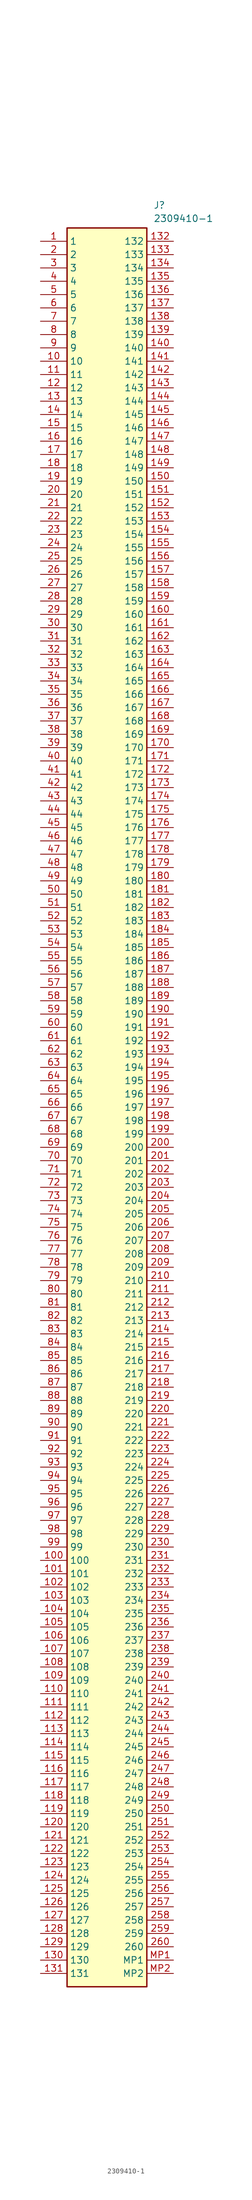
<source format=kicad_sym>
(kicad_symbol_lib
  (version 20220914)
  (generator kicad_symbol_editor)
  (symbol "2309410-1"
    (property "Reference" "J"
      (at 21.59 7.62 0)
      (effects (font (size 1.27 1.27)) (justify left top)))
    (property "Value" "2309410-1"
      (at 21.59 5.08 0)
      (effects (font (size 1.27 1.27)) (justify left top)))
    (symbol "2309410-1_1_1"
      (rectangle (start 5.08 2.54) (end 20.32 -332.74) (stroke (width 0.254) (type default)) (fill (type background)))
      (pin passive line (at 0 0 0) (length 5.08) (name "1" (effects (font (size 1.27 1.27)))) (number "1" (effects (font (size 1.27 1.27)))))
      (pin passive line (at 0 -22.86 0) (length 5.08) (name "10" (effects (font (size 1.27 1.27)))) (number "10" (effects (font (size 1.27 1.27)))))
      (pin passive line (at 0 -251.46 0) (length 5.08) (name "100" (effects (font (size 1.27 1.27)))) (number "100" (effects (font (size 1.27 1.27)))))
      (pin passive line (at 0 -254 0) (length 5.08) (name "101" (effects (font (size 1.27 1.27)))) (number "101" (effects (font (size 1.27 1.27)))))
      (pin passive line (at 0 -256.54 0) (length 5.08) (name "102" (effects (font (size 1.27 1.27)))) (number "102" (effects (font (size 1.27 1.27)))))
      (pin passive line (at 0 -259.08 0) (length 5.08) (name "103" (effects (font (size 1.27 1.27)))) (number "103" (effects (font (size 1.27 1.27)))))
      (pin passive line (at 0 -261.62 0) (length 5.08) (name "104" (effects (font (size 1.27 1.27)))) (number "104" (effects (font (size 1.27 1.27)))))
      (pin passive line (at 0 -264.16 0) (length 5.08) (name "105" (effects (font (size 1.27 1.27)))) (number "105" (effects (font (size 1.27 1.27)))))
      (pin passive line (at 0 -266.7 0) (length 5.08) (name "106" (effects (font (size 1.27 1.27)))) (number "106" (effects (font (size 1.27 1.27)))))
      (pin passive line (at 0 -269.24 0) (length 5.08) (name "107" (effects (font (size 1.27 1.27)))) (number "107" (effects (font (size 1.27 1.27)))))
      (pin passive line (at 0 -271.78 0) (length 5.08) (name "108" (effects (font (size 1.27 1.27)))) (number "108" (effects (font (size 1.27 1.27)))))
      (pin passive line (at 0 -274.32 0) (length 5.08) (name "109" (effects (font (size 1.27 1.27)))) (number "109" (effects (font (size 1.27 1.27)))))
      (pin passive line (at 0 -25.4 0) (length 5.08) (name "11" (effects (font (size 1.27 1.27)))) (number "11" (effects (font (size 1.27 1.27)))))
      (pin passive line (at 0 -276.86 0) (length 5.08) (name "110" (effects (font (size 1.27 1.27)))) (number "110" (effects (font (size 1.27 1.27)))))
      (pin passive line (at 0 -279.4 0) (length 5.08) (name "111" (effects (font (size 1.27 1.27)))) (number "111" (effects (font (size 1.27 1.27)))))
      (pin passive line (at 0 -281.94 0) (length 5.08) (name "112" (effects (font (size 1.27 1.27)))) (number "112" (effects (font (size 1.27 1.27)))))
      (pin passive line (at 0 -284.48 0) (length 5.08) (name "113" (effects (font (size 1.27 1.27)))) (number "113" (effects (font (size 1.27 1.27)))))
      (pin passive line (at 0 -287.02 0) (length 5.08) (name "114" (effects (font (size 1.27 1.27)))) (number "114" (effects (font (size 1.27 1.27)))))
      (pin passive line (at 0 -289.56 0) (length 5.08) (name "115" (effects (font (size 1.27 1.27)))) (number "115" (effects (font (size 1.27 1.27)))))
      (pin passive line (at 0 -292.1 0) (length 5.08) (name "116" (effects (font (size 1.27 1.27)))) (number "116" (effects (font (size 1.27 1.27)))))
      (pin passive line (at 0 -294.64 0) (length 5.08) (name "117" (effects (font (size 1.27 1.27)))) (number "117" (effects (font (size 1.27 1.27)))))
      (pin passive line (at 0 -297.18 0) (length 5.08) (name "118" (effects (font (size 1.27 1.27)))) (number "118" (effects (font (size 1.27 1.27)))))
      (pin passive line (at 0 -299.72 0) (length 5.08) (name "119" (effects (font (size 1.27 1.27)))) (number "119" (effects (font (size 1.27 1.27)))))
      (pin passive line (at 0 -27.94 0) (length 5.08) (name "12" (effects (font (size 1.27 1.27)))) (number "12" (effects (font (size 1.27 1.27)))))
      (pin passive line (at 0 -302.26 0) (length 5.08) (name "120" (effects (font (size 1.27 1.27)))) (number "120" (effects (font (size 1.27 1.27)))))
      (pin passive line (at 0 -304.8 0) (length 5.08) (name "121" (effects (font (size 1.27 1.27)))) (number "121" (effects (font (size 1.27 1.27)))))
      (pin passive line (at 0 -307.34 0) (length 5.08) (name "122" (effects (font (size 1.27 1.27)))) (number "122" (effects (font (size 1.27 1.27)))))
      (pin passive line (at 0 -309.88 0) (length 5.08) (name "123" (effects (font (size 1.27 1.27)))) (number "123" (effects (font (size 1.27 1.27)))))
      (pin passive line (at 0 -312.42 0) (length 5.08) (name "124" (effects (font (size 1.27 1.27)))) (number "124" (effects (font (size 1.27 1.27)))))
      (pin passive line (at 0 -314.96 0) (length 5.08) (name "125" (effects (font (size 1.27 1.27)))) (number "125" (effects (font (size 1.27 1.27)))))
      (pin passive line (at 0 -317.5 0) (length 5.08) (name "126" (effects (font (size 1.27 1.27)))) (number "126" (effects (font (size 1.27 1.27)))))
      (pin passive line (at 0 -320.04 0) (length 5.08) (name "127" (effects (font (size 1.27 1.27)))) (number "127" (effects (font (size 1.27 1.27)))))
      (pin passive line (at 0 -322.58 0) (length 5.08) (name "128" (effects (font (size 1.27 1.27)))) (number "128" (effects (font (size 1.27 1.27)))))
      (pin passive line (at 0 -325.12 0) (length 5.08) (name "129" (effects (font (size 1.27 1.27)))) (number "129" (effects (font (size 1.27 1.27)))))
      (pin passive line (at 0 -30.48 0) (length 5.08) (name "13" (effects (font (size 1.27 1.27)))) (number "13" (effects (font (size 1.27 1.27)))))
      (pin passive line (at 0 -327.66 0) (length 5.08) (name "130" (effects (font (size 1.27 1.27)))) (number "130" (effects (font (size 1.27 1.27)))))
      (pin passive line (at 0 -330.2 0) (length 5.08) (name "131" (effects (font (size 1.27 1.27)))) (number "131" (effects (font (size 1.27 1.27)))))
      (pin passive line (at 25.4 0 180) (length 5.08) (name "132" (effects (font (size 1.27 1.27)))) (number "132" (effects (font (size 1.27 1.27)))))
      (pin passive line (at 25.4 -2.54 180) (length 5.08) (name "133" (effects (font (size 1.27 1.27)))) (number "133" (effects (font (size 1.27 1.27)))))
      (pin passive line (at 25.4 -5.08 180) (length 5.08) (name "134" (effects (font (size 1.27 1.27)))) (number "134" (effects (font (size 1.27 1.27)))))
      (pin passive line (at 25.4 -7.62 180) (length 5.08) (name "135" (effects (font (size 1.27 1.27)))) (number "135" (effects (font (size 1.27 1.27)))))
      (pin passive line (at 25.4 -10.16 180) (length 5.08) (name "136" (effects (font (size 1.27 1.27)))) (number "136" (effects (font (size 1.27 1.27)))))
      (pin passive line (at 25.4 -12.7 180) (length 5.08) (name "137" (effects (font (size 1.27 1.27)))) (number "137" (effects (font (size 1.27 1.27)))))
      (pin passive line (at 25.4 -15.24 180) (length 5.08) (name "138" (effects (font (size 1.27 1.27)))) (number "138" (effects (font (size 1.27 1.27)))))
      (pin passive line (at 25.4 -17.78 180) (length 5.08) (name "139" (effects (font (size 1.27 1.27)))) (number "139" (effects (font (size 1.27 1.27)))))
      (pin passive line (at 0 -33.02 0) (length 5.08) (name "14" (effects (font (size 1.27 1.27)))) (number "14" (effects (font (size 1.27 1.27)))))
      (pin passive line (at 25.4 -20.32 180) (length 5.08) (name "140" (effects (font (size 1.27 1.27)))) (number "140" (effects (font (size 1.27 1.27)))))
      (pin passive line (at 25.4 -22.86 180) (length 5.08) (name "141" (effects (font (size 1.27 1.27)))) (number "141" (effects (font (size 1.27 1.27)))))
      (pin passive line (at 25.4 -25.4 180) (length 5.08) (name "142" (effects (font (size 1.27 1.27)))) (number "142" (effects (font (size 1.27 1.27)))))
      (pin passive line (at 25.4 -27.94 180) (length 5.08) (name "143" (effects (font (size 1.27 1.27)))) (number "143" (effects (font (size 1.27 1.27)))))
      (pin passive line (at 25.4 -30.48 180) (length 5.08) (name "144" (effects (font (size 1.27 1.27)))) (number "144" (effects (font (size 1.27 1.27)))))
      (pin passive line (at 25.4 -33.02 180) (length 5.08) (name "145" (effects (font (size 1.27 1.27)))) (number "145" (effects (font (size 1.27 1.27)))))
      (pin passive line (at 25.4 -35.56 180) (length 5.08) (name "146" (effects (font (size 1.27 1.27)))) (number "146" (effects (font (size 1.27 1.27)))))
      (pin passive line (at 25.4 -38.1 180) (length 5.08) (name "147" (effects (font (size 1.27 1.27)))) (number "147" (effects (font (size 1.27 1.27)))))
      (pin passive line (at 25.4 -40.64 180) (length 5.08) (name "148" (effects (font (size 1.27 1.27)))) (number "148" (effects (font (size 1.27 1.27)))))
      (pin passive line (at 25.4 -43.18 180) (length 5.08) (name "149" (effects (font (size 1.27 1.27)))) (number "149" (effects (font (size 1.27 1.27)))))
      (pin passive line (at 0 -35.56 0) (length 5.08) (name "15" (effects (font (size 1.27 1.27)))) (number "15" (effects (font (size 1.27 1.27)))))
      (pin passive line (at 25.4 -45.72 180) (length 5.08) (name "150" (effects (font (size 1.27 1.27)))) (number "150" (effects (font (size 1.27 1.27)))))
      (pin passive line (at 25.4 -48.26 180) (length 5.08) (name "151" (effects (font (size 1.27 1.27)))) (number "151" (effects (font (size 1.27 1.27)))))
      (pin passive line (at 25.4 -50.8 180) (length 5.08) (name "152" (effects (font (size 1.27 1.27)))) (number "152" (effects (font (size 1.27 1.27)))))
      (pin passive line (at 25.4 -53.34 180) (length 5.08) (name "153" (effects (font (size 1.27 1.27)))) (number "153" (effects (font (size 1.27 1.27)))))
      (pin passive line (at 25.4 -55.88 180) (length 5.08) (name "154" (effects (font (size 1.27 1.27)))) (number "154" (effects (font (size 1.27 1.27)))))
      (pin passive line (at 25.4 -58.42 180) (length 5.08) (name "155" (effects (font (size 1.27 1.27)))) (number "155" (effects (font (size 1.27 1.27)))))
      (pin passive line (at 25.4 -60.96 180) (length 5.08) (name "156" (effects (font (size 1.27 1.27)))) (number "156" (effects (font (size 1.27 1.27)))))
      (pin passive line (at 25.4 -63.5 180) (length 5.08) (name "157" (effects (font (size 1.27 1.27)))) (number "157" (effects (font (size 1.27 1.27)))))
      (pin passive line (at 25.4 -66.04 180) (length 5.08) (name "158" (effects (font (size 1.27 1.27)))) (number "158" (effects (font (size 1.27 1.27)))))
      (pin passive line (at 25.4 -68.58 180) (length 5.08) (name "159" (effects (font (size 1.27 1.27)))) (number "159" (effects (font (size 1.27 1.27)))))
      (pin passive line (at 0 -38.1 0) (length 5.08) (name "16" (effects (font (size 1.27 1.27)))) (number "16" (effects (font (size 1.27 1.27)))))
      (pin passive line (at 25.4 -71.12 180) (length 5.08) (name "160" (effects (font (size 1.27 1.27)))) (number "160" (effects (font (size 1.27 1.27)))))
      (pin passive line (at 25.4 -73.66 180) (length 5.08) (name "161" (effects (font (size 1.27 1.27)))) (number "161" (effects (font (size 1.27 1.27)))))
      (pin passive line (at 25.4 -76.2 180) (length 5.08) (name "162" (effects (font (size 1.27 1.27)))) (number "162" (effects (font (size 1.27 1.27)))))
      (pin passive line (at 25.4 -78.74 180) (length 5.08) (name "163" (effects (font (size 1.27 1.27)))) (number "163" (effects (font (size 1.27 1.27)))))
      (pin passive line (at 25.4 -81.28 180) (length 5.08) (name "164" (effects (font (size 1.27 1.27)))) (number "164" (effects (font (size 1.27 1.27)))))
      (pin passive line (at 25.4 -83.82 180) (length 5.08) (name "165" (effects (font (size 1.27 1.27)))) (number "165" (effects (font (size 1.27 1.27)))))
      (pin passive line (at 25.4 -86.36 180) (length 5.08) (name "166" (effects (font (size 1.27 1.27)))) (number "166" (effects (font (size 1.27 1.27)))))
      (pin passive line (at 25.4 -88.9 180) (length 5.08) (name "167" (effects (font (size 1.27 1.27)))) (number "167" (effects (font (size 1.27 1.27)))))
      (pin passive line (at 25.4 -91.44 180) (length 5.08) (name "168" (effects (font (size 1.27 1.27)))) (number "168" (effects (font (size 1.27 1.27)))))
      (pin passive line (at 25.4 -93.98 180) (length 5.08) (name "169" (effects (font (size 1.27 1.27)))) (number "169" (effects (font (size 1.27 1.27)))))
      (pin passive line (at 0 -40.64 0) (length 5.08) (name "17" (effects (font (size 1.27 1.27)))) (number "17" (effects (font (size 1.27 1.27)))))
      (pin passive line (at 25.4 -96.52 180) (length 5.08) (name "170" (effects (font (size 1.27 1.27)))) (number "170" (effects (font (size 1.27 1.27)))))
      (pin passive line (at 25.4 -99.06 180) (length 5.08) (name "171" (effects (font (size 1.27 1.27)))) (number "171" (effects (font (size 1.27 1.27)))))
      (pin passive line (at 25.4 -101.6 180) (length 5.08) (name "172" (effects (font (size 1.27 1.27)))) (number "172" (effects (font (size 1.27 1.27)))))
      (pin passive line (at 25.4 -104.14 180) (length 5.08) (name "173" (effects (font (size 1.27 1.27)))) (number "173" (effects (font (size 1.27 1.27)))))
      (pin passive line (at 25.4 -106.68 180) (length 5.08) (name "174" (effects (font (size 1.27 1.27)))) (number "174" (effects (font (size 1.27 1.27)))))
      (pin passive line (at 25.4 -109.22 180) (length 5.08) (name "175" (effects (font (size 1.27 1.27)))) (number "175" (effects (font (size 1.27 1.27)))))
      (pin passive line (at 25.4 -111.76 180) (length 5.08) (name "176" (effects (font (size 1.27 1.27)))) (number "176" (effects (font (size 1.27 1.27)))))
      (pin passive line (at 25.4 -114.3 180) (length 5.08) (name "177" (effects (font (size 1.27 1.27)))) (number "177" (effects (font (size 1.27 1.27)))))
      (pin passive line (at 25.4 -116.84 180) (length 5.08) (name "178" (effects (font (size 1.27 1.27)))) (number "178" (effects (font (size 1.27 1.27)))))
      (pin passive line (at 25.4 -119.38 180) (length 5.08) (name "179" (effects (font (size 1.27 1.27)))) (number "179" (effects (font (size 1.27 1.27)))))
      (pin passive line (at 0 -43.18 0) (length 5.08) (name "18" (effects (font (size 1.27 1.27)))) (number "18" (effects (font (size 1.27 1.27)))))
      (pin passive line (at 25.4 -121.92 180) (length 5.08) (name "180" (effects (font (size 1.27 1.27)))) (number "180" (effects (font (size 1.27 1.27)))))
      (pin passive line (at 25.4 -124.46 180) (length 5.08) (name "181" (effects (font (size 1.27 1.27)))) (number "181" (effects (font (size 1.27 1.27)))))
      (pin passive line (at 25.4 -127 180) (length 5.08) (name "182" (effects (font (size 1.27 1.27)))) (number "182" (effects (font (size 1.27 1.27)))))
      (pin passive line (at 25.4 -129.54 180) (length 5.08) (name "183" (effects (font (size 1.27 1.27)))) (number "183" (effects (font (size 1.27 1.27)))))
      (pin passive line (at 25.4 -132.08 180) (length 5.08) (name "184" (effects (font (size 1.27 1.27)))) (number "184" (effects (font (size 1.27 1.27)))))
      (pin passive line (at 25.4 -134.62 180) (length 5.08) (name "185" (effects (font (size 1.27 1.27)))) (number "185" (effects (font (size 1.27 1.27)))))
      (pin passive line (at 25.4 -137.16 180) (length 5.08) (name "186" (effects (font (size 1.27 1.27)))) (number "186" (effects (font (size 1.27 1.27)))))
      (pin passive line (at 25.4 -139.7 180) (length 5.08) (name "187" (effects (font (size 1.27 1.27)))) (number "187" (effects (font (size 1.27 1.27)))))
      (pin passive line (at 25.4 -142.24 180) (length 5.08) (name "188" (effects (font (size 1.27 1.27)))) (number "188" (effects (font (size 1.27 1.27)))))
      (pin passive line (at 25.4 -144.78 180) (length 5.08) (name "189" (effects (font (size 1.27 1.27)))) (number "189" (effects (font (size 1.27 1.27)))))
      (pin passive line (at 0 -45.72 0) (length 5.08) (name "19" (effects (font (size 1.27 1.27)))) (number "19" (effects (font (size 1.27 1.27)))))
      (pin passive line (at 25.4 -147.32 180) (length 5.08) (name "190" (effects (font (size 1.27 1.27)))) (number "190" (effects (font (size 1.27 1.27)))))
      (pin passive line (at 25.4 -149.86 180) (length 5.08) (name "191" (effects (font (size 1.27 1.27)))) (number "191" (effects (font (size 1.27 1.27)))))
      (pin passive line (at 25.4 -152.4 180) (length 5.08) (name "192" (effects (font (size 1.27 1.27)))) (number "192" (effects (font (size 1.27 1.27)))))
      (pin passive line (at 25.4 -154.94 180) (length 5.08) (name "193" (effects (font (size 1.27 1.27)))) (number "193" (effects (font (size 1.27 1.27)))))
      (pin passive line (at 25.4 -157.48 180) (length 5.08) (name "194" (effects (font (size 1.27 1.27)))) (number "194" (effects (font (size 1.27 1.27)))))
      (pin passive line (at 25.4 -160.02 180) (length 5.08) (name "195" (effects (font (size 1.27 1.27)))) (number "195" (effects (font (size 1.27 1.27)))))
      (pin passive line (at 25.4 -162.56 180) (length 5.08) (name "196" (effects (font (size 1.27 1.27)))) (number "196" (effects (font (size 1.27 1.27)))))
      (pin passive line (at 25.4 -165.1 180) (length 5.08) (name "197" (effects (font (size 1.27 1.27)))) (number "197" (effects (font (size 1.27 1.27)))))
      (pin passive line (at 25.4 -167.64 180) (length 5.08) (name "198" (effects (font (size 1.27 1.27)))) (number "198" (effects (font (size 1.27 1.27)))))
      (pin passive line (at 25.4 -170.18 180) (length 5.08) (name "199" (effects (font (size 1.27 1.27)))) (number "199" (effects (font (size 1.27 1.27)))))
      (pin passive line (at 0 -2.54 0) (length 5.08) (name "2" (effects (font (size 1.27 1.27)))) (number "2" (effects (font (size 1.27 1.27)))))
      (pin passive line (at 0 -48.26 0) (length 5.08) (name "20" (effects (font (size 1.27 1.27)))) (number "20" (effects (font (size 1.27 1.27)))))
      (pin passive line (at 25.4 -172.72 180) (length 5.08) (name "200" (effects (font (size 1.27 1.27)))) (number "200" (effects (font (size 1.27 1.27)))))
      (pin passive line (at 25.4 -175.26 180) (length 5.08) (name "201" (effects (font (size 1.27 1.27)))) (number "201" (effects (font (size 1.27 1.27)))))
      (pin passive line (at 25.4 -177.8 180) (length 5.08) (name "202" (effects (font (size 1.27 1.27)))) (number "202" (effects (font (size 1.27 1.27)))))
      (pin passive line (at 25.4 -180.34 180) (length 5.08) (name "203" (effects (font (size 1.27 1.27)))) (number "203" (effects (font (size 1.27 1.27)))))
      (pin passive line (at 25.4 -182.88 180) (length 5.08) (name "204" (effects (font (size 1.27 1.27)))) (number "204" (effects (font (size 1.27 1.27)))))
      (pin passive line (at 25.4 -185.42 180) (length 5.08) (name "205" (effects (font (size 1.27 1.27)))) (number "205" (effects (font (size 1.27 1.27)))))
      (pin passive line (at 25.4 -187.96 180) (length 5.08) (name "206" (effects (font (size 1.27 1.27)))) (number "206" (effects (font (size 1.27 1.27)))))
      (pin passive line (at 25.4 -190.5 180) (length 5.08) (name "207" (effects (font (size 1.27 1.27)))) (number "207" (effects (font (size 1.27 1.27)))))
      (pin passive line (at 25.4 -193.04 180) (length 5.08) (name "208" (effects (font (size 1.27 1.27)))) (number "208" (effects (font (size 1.27 1.27)))))
      (pin passive line (at 25.4 -195.58 180) (length 5.08) (name "209" (effects (font (size 1.27 1.27)))) (number "209" (effects (font (size 1.27 1.27)))))
      (pin passive line (at 0 -50.8 0) (length 5.08) (name "21" (effects (font (size 1.27 1.27)))) (number "21" (effects (font (size 1.27 1.27)))))
      (pin passive line (at 25.4 -198.12 180) (length 5.08) (name "210" (effects (font (size 1.27 1.27)))) (number "210" (effects (font (size 1.27 1.27)))))
      (pin passive line (at 25.4 -200.66 180) (length 5.08) (name "211" (effects (font (size 1.27 1.27)))) (number "211" (effects (font (size 1.27 1.27)))))
      (pin passive line (at 25.4 -203.2 180) (length 5.08) (name "212" (effects (font (size 1.27 1.27)))) (number "212" (effects (font (size 1.27 1.27)))))
      (pin passive line (at 25.4 -205.74 180) (length 5.08) (name "213" (effects (font (size 1.27 1.27)))) (number "213" (effects (font (size 1.27 1.27)))))
      (pin passive line (at 25.4 -208.28 180) (length 5.08) (name "214" (effects (font (size 1.27 1.27)))) (number "214" (effects (font (size 1.27 1.27)))))
      (pin passive line (at 25.4 -210.82 180) (length 5.08) (name "215" (effects (font (size 1.27 1.27)))) (number "215" (effects (font (size 1.27 1.27)))))
      (pin passive line (at 25.4 -213.36 180) (length 5.08) (name "216" (effects (font (size 1.27 1.27)))) (number "216" (effects (font (size 1.27 1.27)))))
      (pin passive line (at 25.4 -215.9 180) (length 5.08) (name "217" (effects (font (size 1.27 1.27)))) (number "217" (effects (font (size 1.27 1.27)))))
      (pin passive line (at 25.4 -218.44 180) (length 5.08) (name "218" (effects (font (size 1.27 1.27)))) (number "218" (effects (font (size 1.27 1.27)))))
      (pin passive line (at 25.4 -220.98 180) (length 5.08) (name "219" (effects (font (size 1.27 1.27)))) (number "219" (effects (font (size 1.27 1.27)))))
      (pin passive line (at 0 -53.34 0) (length 5.08) (name "22" (effects (font (size 1.27 1.27)))) (number "22" (effects (font (size 1.27 1.27)))))
      (pin passive line (at 25.4 -223.52 180) (length 5.08) (name "220" (effects (font (size 1.27 1.27)))) (number "220" (effects (font (size 1.27 1.27)))))
      (pin passive line (at 25.4 -226.06 180) (length 5.08) (name "221" (effects (font (size 1.27 1.27)))) (number "221" (effects (font (size 1.27 1.27)))))
      (pin passive line (at 25.4 -228.6 180) (length 5.08) (name "222" (effects (font (size 1.27 1.27)))) (number "222" (effects (font (size 1.27 1.27)))))
      (pin passive line (at 25.4 -231.14 180) (length 5.08) (name "223" (effects (font (size 1.27 1.27)))) (number "223" (effects (font (size 1.27 1.27)))))
      (pin passive line (at 25.4 -233.68 180) (length 5.08) (name "224" (effects (font (size 1.27 1.27)))) (number "224" (effects (font (size 1.27 1.27)))))
      (pin passive line (at 25.4 -236.22 180) (length 5.08) (name "225" (effects (font (size 1.27 1.27)))) (number "225" (effects (font (size 1.27 1.27)))))
      (pin passive line (at 25.4 -238.76 180) (length 5.08) (name "226" (effects (font (size 1.27 1.27)))) (number "226" (effects (font (size 1.27 1.27)))))
      (pin passive line (at 25.4 -241.3 180) (length 5.08) (name "227" (effects (font (size 1.27 1.27)))) (number "227" (effects (font (size 1.27 1.27)))))
      (pin passive line (at 25.4 -243.84 180) (length 5.08) (name "228" (effects (font (size 1.27 1.27)))) (number "228" (effects (font (size 1.27 1.27)))))
      (pin passive line (at 25.4 -246.38 180) (length 5.08) (name "229" (effects (font (size 1.27 1.27)))) (number "229" (effects (font (size 1.27 1.27)))))
      (pin passive line (at 0 -55.88 0) (length 5.08) (name "23" (effects (font (size 1.27 1.27)))) (number "23" (effects (font (size 1.27 1.27)))))
      (pin passive line (at 25.4 -248.92 180) (length 5.08) (name "230" (effects (font (size 1.27 1.27)))) (number "230" (effects (font (size 1.27 1.27)))))
      (pin passive line (at 25.4 -251.46 180) (length 5.08) (name "231" (effects (font (size 1.27 1.27)))) (number "231" (effects (font (size 1.27 1.27)))))
      (pin passive line (at 25.4 -254 180) (length 5.08) (name "232" (effects (font (size 1.27 1.27)))) (number "232" (effects (font (size 1.27 1.27)))))
      (pin passive line (at 25.4 -256.54 180) (length 5.08) (name "233" (effects (font (size 1.27 1.27)))) (number "233" (effects (font (size 1.27 1.27)))))
      (pin passive line (at 25.4 -259.08 180) (length 5.08) (name "234" (effects (font (size 1.27 1.27)))) (number "234" (effects (font (size 1.27 1.27)))))
      (pin passive line (at 25.4 -261.62 180) (length 5.08) (name "235" (effects (font (size 1.27 1.27)))) (number "235" (effects (font (size 1.27 1.27)))))
      (pin passive line (at 25.4 -264.16 180) (length 5.08) (name "236" (effects (font (size 1.27 1.27)))) (number "236" (effects (font (size 1.27 1.27)))))
      (pin passive line (at 25.4 -266.7 180) (length 5.08) (name "237" (effects (font (size 1.27 1.27)))) (number "237" (effects (font (size 1.27 1.27)))))
      (pin passive line (at 25.4 -269.24 180) (length 5.08) (name "238" (effects (font (size 1.27 1.27)))) (number "238" (effects (font (size 1.27 1.27)))))
      (pin passive line (at 25.4 -271.78 180) (length 5.08) (name "239" (effects (font (size 1.27 1.27)))) (number "239" (effects (font (size 1.27 1.27)))))
      (pin passive line (at 0 -58.42 0) (length 5.08) (name "24" (effects (font (size 1.27 1.27)))) (number "24" (effects (font (size 1.27 1.27)))))
      (pin passive line (at 25.4 -274.32 180) (length 5.08) (name "240" (effects (font (size 1.27 1.27)))) (number "240" (effects (font (size 1.27 1.27)))))
      (pin passive line (at 25.4 -276.86 180) (length 5.08) (name "241" (effects (font (size 1.27 1.27)))) (number "241" (effects (font (size 1.27 1.27)))))
      (pin passive line (at 25.4 -279.4 180) (length 5.08) (name "242" (effects (font (size 1.27 1.27)))) (number "242" (effects (font (size 1.27 1.27)))))
      (pin passive line (at 25.4 -281.94 180) (length 5.08) (name "243" (effects (font (size 1.27 1.27)))) (number "243" (effects (font (size 1.27 1.27)))))
      (pin passive line (at 25.4 -284.48 180) (length 5.08) (name "244" (effects (font (size 1.27 1.27)))) (number "244" (effects (font (size 1.27 1.27)))))
      (pin passive line (at 25.4 -287.02 180) (length 5.08) (name "245" (effects (font (size 1.27 1.27)))) (number "245" (effects (font (size 1.27 1.27)))))
      (pin passive line (at 25.4 -289.56 180) (length 5.08) (name "246" (effects (font (size 1.27 1.27)))) (number "246" (effects (font (size 1.27 1.27)))))
      (pin passive line (at 25.4 -292.1 180) (length 5.08) (name "247" (effects (font (size 1.27 1.27)))) (number "247" (effects (font (size 1.27 1.27)))))
      (pin passive line (at 25.4 -294.64 180) (length 5.08) (name "248" (effects (font (size 1.27 1.27)))) (number "248" (effects (font (size 1.27 1.27)))))
      (pin passive line (at 25.4 -297.18 180) (length 5.08) (name "249" (effects (font (size 1.27 1.27)))) (number "249" (effects (font (size 1.27 1.27)))))
      (pin passive line (at 0 -60.96 0) (length 5.08) (name "25" (effects (font (size 1.27 1.27)))) (number "25" (effects (font (size 1.27 1.27)))))
      (pin passive line (at 25.4 -299.72 180) (length 5.08) (name "250" (effects (font (size 1.27 1.27)))) (number "250" (effects (font (size 1.27 1.27)))))
      (pin passive line (at 25.4 -302.26 180) (length 5.08) (name "251" (effects (font (size 1.27 1.27)))) (number "251" (effects (font (size 1.27 1.27)))))
      (pin passive line (at 25.4 -304.8 180) (length 5.08) (name "252" (effects (font (size 1.27 1.27)))) (number "252" (effects (font (size 1.27 1.27)))))
      (pin passive line (at 25.4 -307.34 180) (length 5.08) (name "253" (effects (font (size 1.27 1.27)))) (number "253" (effects (font (size 1.27 1.27)))))
      (pin passive line (at 25.4 -309.88 180) (length 5.08) (name "254" (effects (font (size 1.27 1.27)))) (number "254" (effects (font (size 1.27 1.27)))))
      (pin passive line (at 25.4 -312.42 180) (length 5.08) (name "255" (effects (font (size 1.27 1.27)))) (number "255" (effects (font (size 1.27 1.27)))))
      (pin passive line (at 25.4 -314.96 180) (length 5.08) (name "256" (effects (font (size 1.27 1.27)))) (number "256" (effects (font (size 1.27 1.27)))))
      (pin passive line (at 25.4 -317.5 180) (length 5.08) (name "257" (effects (font (size 1.27 1.27)))) (number "257" (effects (font (size 1.27 1.27)))))
      (pin passive line (at 25.4 -320.04 180) (length 5.08) (name "258" (effects (font (size 1.27 1.27)))) (number "258" (effects (font (size 1.27 1.27)))))
      (pin passive line (at 25.4 -322.58 180) (length 5.08) (name "259" (effects (font (size 1.27 1.27)))) (number "259" (effects (font (size 1.27 1.27)))))
      (pin passive line (at 0 -63.5 0) (length 5.08) (name "26" (effects (font (size 1.27 1.27)))) (number "26" (effects (font (size 1.27 1.27)))))
      (pin passive line (at 25.4 -325.12 180) (length 5.08) (name "260" (effects (font (size 1.27 1.27)))) (number "260" (effects (font (size 1.27 1.27)))))
      (pin passive line (at 0 -66.04 0) (length 5.08) (name "27" (effects (font (size 1.27 1.27)))) (number "27" (effects (font (size 1.27 1.27)))))
      (pin passive line (at 0 -68.58 0) (length 5.08) (name "28" (effects (font (size 1.27 1.27)))) (number "28" (effects (font (size 1.27 1.27)))))
      (pin passive line (at 0 -71.12 0) (length 5.08) (name "29" (effects (font (size 1.27 1.27)))) (number "29" (effects (font (size 1.27 1.27)))))
      (pin passive line (at 0 -5.08 0) (length 5.08) (name "3" (effects (font (size 1.27 1.27)))) (number "3" (effects (font (size 1.27 1.27)))))
      (pin passive line (at 0 -73.66 0) (length 5.08) (name "30" (effects (font (size 1.27 1.27)))) (number "30" (effects (font (size 1.27 1.27)))))
      (pin passive line (at 0 -76.2 0) (length 5.08) (name "31" (effects (font (size 1.27 1.27)))) (number "31" (effects (font (size 1.27 1.27)))))
      (pin passive line (at 0 -78.74 0) (length 5.08) (name "32" (effects (font (size 1.27 1.27)))) (number "32" (effects (font (size 1.27 1.27)))))
      (pin passive line (at 0 -81.28 0) (length 5.08) (name "33" (effects (font (size 1.27 1.27)))) (number "33" (effects (font (size 1.27 1.27)))))
      (pin passive line (at 0 -83.82 0) (length 5.08) (name "34" (effects (font (size 1.27 1.27)))) (number "34" (effects (font (size 1.27 1.27)))))
      (pin passive line (at 0 -86.36 0) (length 5.08) (name "35" (effects (font (size 1.27 1.27)))) (number "35" (effects (font (size 1.27 1.27)))))
      (pin passive line (at 0 -88.9 0) (length 5.08) (name "36" (effects (font (size 1.27 1.27)))) (number "36" (effects (font (size 1.27 1.27)))))
      (pin passive line (at 0 -91.44 0) (length 5.08) (name "37" (effects (font (size 1.27 1.27)))) (number "37" (effects (font (size 1.27 1.27)))))
      (pin passive line (at 0 -93.98 0) (length 5.08) (name "38" (effects (font (size 1.27 1.27)))) (number "38" (effects (font (size 1.27 1.27)))))
      (pin passive line (at 0 -96.52 0) (length 5.08) (name "39" (effects (font (size 1.27 1.27)))) (number "39" (effects (font (size 1.27 1.27)))))
      (pin passive line (at 0 -7.62 0) (length 5.08) (name "4" (effects (font (size 1.27 1.27)))) (number "4" (effects (font (size 1.27 1.27)))))
      (pin passive line (at 0 -99.06 0) (length 5.08) (name "40" (effects (font (size 1.27 1.27)))) (number "40" (effects (font (size 1.27 1.27)))))
      (pin passive line (at 0 -101.6 0) (length 5.08) (name "41" (effects (font (size 1.27 1.27)))) (number "41" (effects (font (size 1.27 1.27)))))
      (pin passive line (at 0 -104.14 0) (length 5.08) (name "42" (effects (font (size 1.27 1.27)))) (number "42" (effects (font (size 1.27 1.27)))))
      (pin passive line (at 0 -106.68 0) (length 5.08) (name "43" (effects (font (size 1.27 1.27)))) (number "43" (effects (font (size 1.27 1.27)))))
      (pin passive line (at 0 -109.22 0) (length 5.08) (name "44" (effects (font (size 1.27 1.27)))) (number "44" (effects (font (size 1.27 1.27)))))
      (pin passive line (at 0 -111.76 0) (length 5.08) (name "45" (effects (font (size 1.27 1.27)))) (number "45" (effects (font (size 1.27 1.27)))))
      (pin passive line (at 0 -114.3 0) (length 5.08) (name "46" (effects (font (size 1.27 1.27)))) (number "46" (effects (font (size 1.27 1.27)))))
      (pin passive line (at 0 -116.84 0) (length 5.08) (name "47" (effects (font (size 1.27 1.27)))) (number "47" (effects (font (size 1.27 1.27)))))
      (pin passive line (at 0 -119.38 0) (length 5.08) (name "48" (effects (font (size 1.27 1.27)))) (number "48" (effects (font (size 1.27 1.27)))))
      (pin passive line (at 0 -121.92 0) (length 5.08) (name "49" (effects (font (size 1.27 1.27)))) (number "49" (effects (font (size 1.27 1.27)))))
      (pin passive line (at 0 -10.16 0) (length 5.08) (name "5" (effects (font (size 1.27 1.27)))) (number "5" (effects (font (size 1.27 1.27)))))
      (pin passive line (at 0 -124.46 0) (length 5.08) (name "50" (effects (font (size 1.27 1.27)))) (number "50" (effects (font (size 1.27 1.27)))))
      (pin passive line (at 0 -127 0) (length 5.08) (name "51" (effects (font (size 1.27 1.27)))) (number "51" (effects (font (size 1.27 1.27)))))
      (pin passive line (at 0 -129.54 0) (length 5.08) (name "52" (effects (font (size 1.27 1.27)))) (number "52" (effects (font (size 1.27 1.27)))))
      (pin passive line (at 0 -132.08 0) (length 5.08) (name "53" (effects (font (size 1.27 1.27)))) (number "53" (effects (font (size 1.27 1.27)))))
      (pin passive line (at 0 -134.62 0) (length 5.08) (name "54" (effects (font (size 1.27 1.27)))) (number "54" (effects (font (size 1.27 1.27)))))
      (pin passive line (at 0 -137.16 0) (length 5.08) (name "55" (effects (font (size 1.27 1.27)))) (number "55" (effects (font (size 1.27 1.27)))))
      (pin passive line (at 0 -139.7 0) (length 5.08) (name "56" (effects (font (size 1.27 1.27)))) (number "56" (effects (font (size 1.27 1.27)))))
      (pin passive line (at 0 -142.24 0) (length 5.08) (name "57" (effects (font (size 1.27 1.27)))) (number "57" (effects (font (size 1.27 1.27)))))
      (pin passive line (at 0 -144.78 0) (length 5.08) (name "58" (effects (font (size 1.27 1.27)))) (number "58" (effects (font (size 1.27 1.27)))))
      (pin passive line (at 0 -147.32 0) (length 5.08) (name "59" (effects (font (size 1.27 1.27)))) (number "59" (effects (font (size 1.27 1.27)))))
      (pin passive line (at 0 -12.7 0) (length 5.08) (name "6" (effects (font (size 1.27 1.27)))) (number "6" (effects (font (size 1.27 1.27)))))
      (pin passive line (at 0 -149.86 0) (length 5.08) (name "60" (effects (font (size 1.27 1.27)))) (number "60" (effects (font (size 1.27 1.27)))))
      (pin passive line (at 0 -152.4 0) (length 5.08) (name "61" (effects (font (size 1.27 1.27)))) (number "61" (effects (font (size 1.27 1.27)))))
      (pin passive line (at 0 -154.94 0) (length 5.08) (name "62" (effects (font (size 1.27 1.27)))) (number "62" (effects (font (size 1.27 1.27)))))
      (pin passive line (at 0 -157.48 0) (length 5.08) (name "63" (effects (font (size 1.27 1.27)))) (number "63" (effects (font (size 1.27 1.27)))))
      (pin passive line (at 0 -160.02 0) (length 5.08) (name "64" (effects (font (size 1.27 1.27)))) (number "64" (effects (font (size 1.27 1.27)))))
      (pin passive line (at 0 -162.56 0) (length 5.08) (name "65" (effects (font (size 1.27 1.27)))) (number "65" (effects (font (size 1.27 1.27)))))
      (pin passive line (at 0 -165.1 0) (length 5.08) (name "66" (effects (font (size 1.27 1.27)))) (number "66" (effects (font (size 1.27 1.27)))))
      (pin passive line (at 0 -167.64 0) (length 5.08) (name "67" (effects (font (size 1.27 1.27)))) (number "67" (effects (font (size 1.27 1.27)))))
      (pin passive line (at 0 -170.18 0) (length 5.08) (name "68" (effects (font (size 1.27 1.27)))) (number "68" (effects (font (size 1.27 1.27)))))
      (pin passive line (at 0 -172.72 0) (length 5.08) (name "69" (effects (font (size 1.27 1.27)))) (number "69" (effects (font (size 1.27 1.27)))))
      (pin passive line (at 0 -15.24 0) (length 5.08) (name "7" (effects (font (size 1.27 1.27)))) (number "7" (effects (font (size 1.27 1.27)))))
      (pin passive line (at 0 -175.26 0) (length 5.08) (name "70" (effects (font (size 1.27 1.27)))) (number "70" (effects (font (size 1.27 1.27)))))
      (pin passive line (at 0 -177.8 0) (length 5.08) (name "71" (effects (font (size 1.27 1.27)))) (number "71" (effects (font (size 1.27 1.27)))))
      (pin passive line (at 0 -180.34 0) (length 5.08) (name "72" (effects (font (size 1.27 1.27)))) (number "72" (effects (font (size 1.27 1.27)))))
      (pin passive line (at 0 -182.88 0) (length 5.08) (name "73" (effects (font (size 1.27 1.27)))) (number "73" (effects (font (size 1.27 1.27)))))
      (pin passive line (at 0 -185.42 0) (length 5.08) (name "74" (effects (font (size 1.27 1.27)))) (number "74" (effects (font (size 1.27 1.27)))))
      (pin passive line (at 0 -187.96 0) (length 5.08) (name "75" (effects (font (size 1.27 1.27)))) (number "75" (effects (font (size 1.27 1.27)))))
      (pin passive line (at 0 -190.5 0) (length 5.08) (name "76" (effects (font (size 1.27 1.27)))) (number "76" (effects (font (size 1.27 1.27)))))
      (pin passive line (at 0 -193.04 0) (length 5.08) (name "77" (effects (font (size 1.27 1.27)))) (number "77" (effects (font (size 1.27 1.27)))))
      (pin passive line (at 0 -195.58 0) (length 5.08) (name "78" (effects (font (size 1.27 1.27)))) (number "78" (effects (font (size 1.27 1.27)))))
      (pin passive line (at 0 -198.12 0) (length 5.08) (name "79" (effects (font (size 1.27 1.27)))) (number "79" (effects (font (size 1.27 1.27)))))
      (pin passive line (at 0 -17.78 0) (length 5.08) (name "8" (effects (font (size 1.27 1.27)))) (number "8" (effects (font (size 1.27 1.27)))))
      (pin passive line (at 0 -200.66 0) (length 5.08) (name "80" (effects (font (size 1.27 1.27)))) (number "80" (effects (font (size 1.27 1.27)))))
      (pin passive line (at 0 -203.2 0) (length 5.08) (name "81" (effects (font (size 1.27 1.27)))) (number "81" (effects (font (size 1.27 1.27)))))
      (pin passive line (at 0 -205.74 0) (length 5.08) (name "82" (effects (font (size 1.27 1.27)))) (number "82" (effects (font (size 1.27 1.27)))))
      (pin passive line (at 0 -208.28 0) (length 5.08) (name "83" (effects (font (size 1.27 1.27)))) (number "83" (effects (font (size 1.27 1.27)))))
      (pin passive line (at 0 -210.82 0) (length 5.08) (name "84" (effects (font (size 1.27 1.27)))) (number "84" (effects (font (size 1.27 1.27)))))
      (pin passive line (at 0 -213.36 0) (length 5.08) (name "85" (effects (font (size 1.27 1.27)))) (number "85" (effects (font (size 1.27 1.27)))))
      (pin passive line (at 0 -215.9 0) (length 5.08) (name "86" (effects (font (size 1.27 1.27)))) (number "86" (effects (font (size 1.27 1.27)))))
      (pin passive line (at 0 -218.44 0) (length 5.08) (name "87" (effects (font (size 1.27 1.27)))) (number "87" (effects (font (size 1.27 1.27)))))
      (pin passive line (at 0 -220.98 0) (length 5.08) (name "88" (effects (font (size 1.27 1.27)))) (number "88" (effects (font (size 1.27 1.27)))))
      (pin passive line (at 0 -223.52 0) (length 5.08) (name "89" (effects (font (size 1.27 1.27)))) (number "89" (effects (font (size 1.27 1.27)))))
      (pin passive line (at 0 -20.32 0) (length 5.08) (name "9" (effects (font (size 1.27 1.27)))) (number "9" (effects (font (size 1.27 1.27)))))
      (pin passive line (at 0 -226.06 0) (length 5.08) (name "90" (effects (font (size 1.27 1.27)))) (number "90" (effects (font (size 1.27 1.27)))))
      (pin passive line (at 0 -228.6 0) (length 5.08) (name "91" (effects (font (size 1.27 1.27)))) (number "91" (effects (font (size 1.27 1.27)))))
      (pin passive line (at 0 -231.14 0) (length 5.08) (name "92" (effects (font (size 1.27 1.27)))) (number "92" (effects (font (size 1.27 1.27)))))
      (pin passive line (at 0 -233.68 0) (length 5.08) (name "93" (effects (font (size 1.27 1.27)))) (number "93" (effects (font (size 1.27 1.27)))))
      (pin passive line (at 0 -236.22 0) (length 5.08) (name "94" (effects (font (size 1.27 1.27)))) (number "94" (effects (font (size 1.27 1.27)))))
      (pin passive line (at 0 -238.76 0) (length 5.08) (name "95" (effects (font (size 1.27 1.27)))) (number "95" (effects (font (size 1.27 1.27)))))
      (pin passive line (at 0 -241.3 0) (length 5.08) (name "96" (effects (font (size 1.27 1.27)))) (number "96" (effects (font (size 1.27 1.27)))))
      (pin passive line (at 0 -243.84 0) (length 5.08) (name "97" (effects (font (size 1.27 1.27)))) (number "97" (effects (font (size 1.27 1.27)))))
      (pin passive line (at 0 -246.38 0) (length 5.08) (name "98" (effects (font (size 1.27 1.27)))) (number "98" (effects (font (size 1.27 1.27)))))
      (pin passive line (at 0 -248.92 0) (length 5.08) (name "99" (effects (font (size 1.27 1.27)))) (number "99" (effects (font (size 1.27 1.27)))))
      (pin passive line (at 25.4 -327.66 180) (length 5.08) (name "MP1" (effects (font (size 1.27 1.27)))) (number "MP1" (effects (font (size 1.27 1.27)))))
      (pin passive line (at 25.4 -330.2 180) (length 5.08) (name "MP2" (effects (font (size 1.27 1.27)))) (number "MP2" (effects (font (size 1.27 1.27))))))))
</source>
